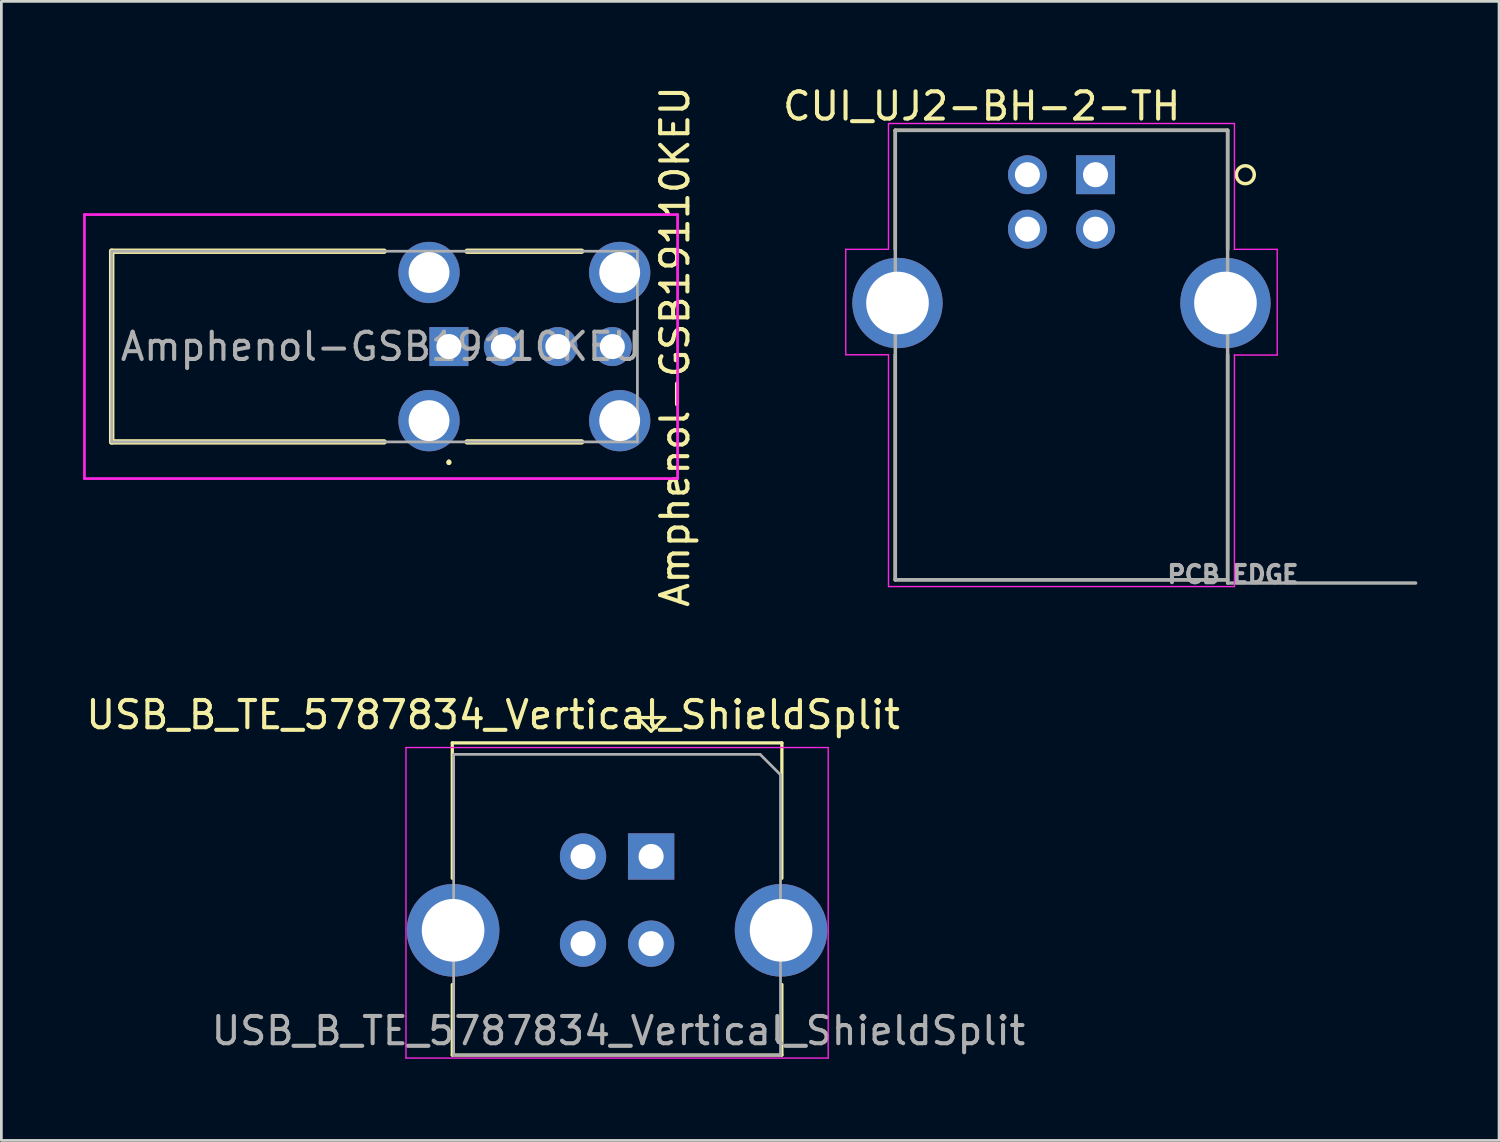
<source format=kicad_pcb>
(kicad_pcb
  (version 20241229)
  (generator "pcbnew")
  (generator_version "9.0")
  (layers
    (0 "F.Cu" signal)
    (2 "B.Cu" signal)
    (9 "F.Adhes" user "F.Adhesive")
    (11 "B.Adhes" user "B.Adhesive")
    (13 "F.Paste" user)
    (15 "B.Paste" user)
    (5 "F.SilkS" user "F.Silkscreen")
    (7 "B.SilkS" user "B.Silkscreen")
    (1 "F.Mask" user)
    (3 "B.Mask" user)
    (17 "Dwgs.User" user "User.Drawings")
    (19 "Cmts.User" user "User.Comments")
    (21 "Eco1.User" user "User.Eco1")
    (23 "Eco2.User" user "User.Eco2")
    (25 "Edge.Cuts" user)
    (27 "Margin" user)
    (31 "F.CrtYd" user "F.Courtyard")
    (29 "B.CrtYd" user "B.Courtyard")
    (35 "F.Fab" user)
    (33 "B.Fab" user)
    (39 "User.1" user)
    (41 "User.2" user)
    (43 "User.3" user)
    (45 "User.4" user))
  (footprint "USB_B_TE_5787834_Vertical_ShieldSplit"
    (layer "F.Cu")
    (at 20.854 28.393)
    (property "Reference" "USB_B_TE_5787834_Vertical_ShieldSplit" (at -5.8 -5.2 0) (layer "F.SilkS") (effects (font (size 1 1) (thickness 0.15))))
    (attr through_hole)
    (fp_line (start -7.3 -4.17) (end 4.8 -4.17) (stroke (width 0.12) (type solid)) (layer "F.SilkS"))
    (fp_line (start -7.3 0.8) (end -7.3 -4.17) (stroke (width 0.12) (type solid)) (layer "F.SilkS"))
    (fp_line (start -7.3 7.29) (end -7.3 4.7) (stroke (width 0.12) (type solid)) (layer "F.SilkS"))
    (fp_line (start -0.5 -5.1) (end 0 -4.6) (stroke (width 0.12) (type solid)) (layer "F.SilkS"))
    (fp_line (start 0 -4.6) (end 0.5 -5.1) (stroke (width 0.12) (type solid)) (layer "F.SilkS"))
    (fp_line (start 0.5 -5.1) (end -0.5 -5.1) (stroke (width 0.12) (type solid)) (layer "F.SilkS"))
    (fp_line (start 4.8 -4.17) (end 4.8 0.8) (stroke (width 0.12) (type solid)) (layer "F.SilkS"))
    (fp_line (start 4.8 4.7) (end 4.8 7.29) (stroke (width 0.12) (type solid)) (layer "F.SilkS"))
    (fp_line (start 4.8 7.29) (end -7.3 7.29) (stroke (width 0.12) (type solid)) (layer "F.SilkS"))
    (fp_line (start -9 -4) (end -9 7.4) (stroke (width 0.05) (type solid)) (layer "F.CrtYd"))
    (fp_line (start -9 -4) (end 6.5 -4) (stroke (width 0.05) (type solid)) (layer "F.CrtYd"))
    (fp_line (start 6.5 7.4) (end -9 7.4) (stroke (width 0.05) (type solid)) (layer "F.CrtYd"))
    (fp_line (start 6.5 7.4) (end 6.5 -4) (stroke (width 0.05) (type solid)) (layer "F.CrtYd"))
    (fp_line (start -7.25 -3.75) (end 4 -3.75) (stroke (width 0.1) (type solid)) (layer "F.Fab"))
    (fp_line (start -7.25 7.29) (end -7.25 -3.75) (stroke (width 0.1) (type solid)) (layer "F.Fab"))
    (fp_line (start 4 -3.75) (end 4.75 -3) (stroke (width 0.1) (type solid)) (layer "F.Fab"))
    (fp_line (start 4.75 -3) (end 4.75 7.29) (stroke (width 0.1) (type solid)) (layer "F.Fab"))
    (fp_line (start 4.75 7.29) (end -7.25 7.29) (stroke (width 0.1) (type solid)) (layer "F.Fab"))
    (fp_text user "${REFERENCE}" (at -1.2 6.4 0) (layer "F.Fab") (effects (font (size 1 1) (thickness 0.15))))
    (pad "1" thru_hole rect (at 0 0) (size 1.7 1.7) (drill 0.92) (layers "*.Cu" "*.Mask"))
    (pad "2" thru_hole circle (at -2.5 0) (size 1.7 1.7) (drill 0.92) (layers "*.Cu" "*.Mask"))
    (pad "3" thru_hole circle (at -2.5 3.2) (size 1.7 1.7) (drill 0.92) (layers "*.Cu" "*.Mask"))
    (pad "4" thru_hole circle (at 0 3.2) (size 1.7 1.7) (drill 0.92) (layers "*.Cu" "*.Mask"))
    (pad "5" thru_hole circle (at -7.27 2.71) (size 3.4 3.4) (drill 2.3) (layers "*.Cu" "*.Mask"))
    (pad "6" thru_hole circle (at 4.77 2.71) (size 3.4 3.4) (drill 2.3) (layers "*.Cu" "*.Mask")))
  (footprint "CUI_UJ2-BH-2-TH"
    (layer "F.Cu")
    (at 37.168 3.364)
    (property "Reference" "CUI_UJ2-BH-2-TH" (at -4.177 -2.516 0) (layer "F.SilkS") (effects (font (size 1 1) (thickness 0.15))))
    (attr through_hole)
    (fp_line (start -7.35 -1.63) (end 4.85 -1.63) (stroke (width 0.127) (type solid)) (layer "F.SilkS"))
    (fp_line (start -7.35 2.74) (end -7.35 -1.63) (stroke (width 0.127) (type solid)) (layer "F.SilkS"))
    (fp_line (start -7.35 6.61) (end -7.35 14.87) (stroke (width 0.127) (type solid)) (layer "F.SilkS"))
    (fp_line (start -7.35 14.87) (end 4.85 14.87) (stroke (width 0.127) (type solid)) (layer "F.SilkS"))
    (fp_line (start 4.85 -1.63) (end 4.85 2.74) (stroke (width 0.127) (type solid)) (layer "F.SilkS"))
    (fp_line (start 4.85 14.87) (end 4.85 6.61) (stroke (width 0.127) (type solid)) (layer "F.SilkS"))
    (fp_circle (center 5.5 0) (end 5.829 0) (stroke (width 0.127) (type solid)) (fill no) (layer "F.SilkS"))
    (fp_line (start -9.17 2.74) (end -7.6 2.74) (stroke (width 0.05) (type solid)) (layer "F.CrtYd"))
    (fp_line (start -9.17 6.61) (end -9.17 2.74) (stroke (width 0.05) (type solid)) (layer "F.CrtYd"))
    (fp_line (start -7.6 -1.88) (end 5.1 -1.88) (stroke (width 0.05) (type solid)) (layer "F.CrtYd"))
    (fp_line (start -7.6 2.74) (end -7.6 -1.88) (stroke (width 0.05) (type solid)) (layer "F.CrtYd"))
    (fp_line (start -7.6 6.61) (end -9.17 6.61) (stroke (width 0.05) (type solid)) (layer "F.CrtYd"))
    (fp_line (start -7.6 15.12) (end -7.6 6.61) (stroke (width 0.05) (type solid)) (layer "F.CrtYd"))
    (fp_line (start 5.1 -1.88) (end 5.1 2.74) (stroke (width 0.05) (type solid)) (layer "F.CrtYd"))
    (fp_line (start 5.1 2.74) (end 6.67 2.74) (stroke (width 0.05) (type solid)) (layer "F.CrtYd"))
    (fp_line (start 5.1 6.62) (end 5.1 15.12) (stroke (width 0.05) (type solid)) (layer "F.CrtYd"))
    (fp_line (start 5.1 15.12) (end -7.6 15.12) (stroke (width 0.05) (type solid)) (layer "F.CrtYd"))
    (fp_line (start 6.67 2.74) (end 6.67 6.62) (stroke (width 0.05) (type solid)) (layer "F.CrtYd"))
    (fp_line (start 6.67 6.62) (end 5.1 6.62) (stroke (width 0.05) (type solid)) (layer "F.CrtYd"))
    (fp_line (start -7.35 -1.63) (end 4.85 -1.63) (stroke (width 0.127) (type solid)) (layer "F.Fab"))
    (fp_line (start -7.35 14.87) (end -7.35 -1.63) (stroke (width 0.127) (type solid)) (layer "F.Fab"))
    (fp_line (start 4.85 -1.63) (end 4.85 14.87) (stroke (width 0.127) (type solid)) (layer "F.Fab"))
    (fp_line (start 4.85 14.87) (end -7.35 14.87) (stroke (width 0.127) (type solid)) (layer "F.Fab"))
    (fp_line (start 4.85 14.87) (end 4.85 14.99) (stroke (width 0.127) (type solid)) (layer "F.Fab"))
    (fp_line (start 4.85 14.99) (end 11.75 14.99) (stroke (width 0.127) (type solid)) (layer "F.Fab"))
    (fp_circle (center 0 0) (end 0.2 0) (stroke (width 0.4) (type solid)) (fill no) (layer "F.Fab"))
    (fp_text user "PCB EDGE" (at 5.045 14.675 0) (layer "F.Fab") (effects (font (size 0.631 0.631) (thickness 0.15))))
    (pad "1" thru_hole rect (at 0 0) (size 1.428 1.428) (drill 0.92) (layers "*.Cu" "*.Mask"))
    (pad "2" thru_hole circle (at -2.5 0) (size 1.428 1.428) (drill 0.92) (layers "*.Cu" "*.Mask"))
    (pad "3" thru_hole circle (at -2.5 2) (size 1.428 1.428) (drill 0.92) (layers "*.Cu" "*.Mask"))
    (pad "4" thru_hole circle (at 0 2) (size 1.428 1.428) (drill 0.92) (layers "*.Cu" "*.Mask"))
    (pad "5" thru_hole circle (at -7.27 4.71) (size 3.316 3.316) (drill 2.3) (layers "*.Cu" "*.Mask"))
    (pad "5" thru_hole circle (at 4.77 4.71) (size 3.316 3.316) (drill 2.3) (layers "*.Cu" "*.Mask")))
  (footprint "Amphenol-GSB19110KEU"
    (layer "F.Cu")
    (at 13.43 9.673)
    (property "Reference" "Amphenol-GSB19110KEU" (at 8.3 0 90) (layer "F.SilkS") (effects (font (size 1 1) (thickness 0.15))))
    (attr through_hole)
    (fp_line (start -12.38 -3.5) (end -12.38 3.5) (stroke (width 0.2) (type solid)) (layer "F.SilkS"))
    (fp_line (start -12.38 3.5) (end -2.38 3.5) (stroke (width 0.2) (type solid)) (layer "F.SilkS"))
    (fp_line (start -2.38 -3.5) (end -12.38 -3.5) (stroke (width 0.2) (type solid)) (layer "F.SilkS"))
    (fp_line (start 0 4.2) (end 0 4.2) (stroke (width 0.1) (type solid)) (layer "F.SilkS"))
    (fp_line (start 0 4.3) (end 0 4.3) (stroke (width 0.1) (type solid)) (layer "F.SilkS"))
    (fp_line (start 0.67 -3.5) (end 4.87 -3.5) (stroke (width 0.2) (type solid)) (layer "F.SilkS"))
    (fp_line (start 0.67 3.5) (end 4.87 3.5) (stroke (width 0.2) (type solid)) (layer "F.SilkS"))
    (fp_arc (start 0 4.2) (mid 0.05 4.25) (end 0 4.3) (stroke (width 0.1) (type solid)) (layer "F.SilkS"))
    (fp_arc (start 0 4.3) (mid -0.05 4.25) (end 0 4.2) (stroke (width 0.1) (type solid)) (layer "F.SilkS"))
    (fp_line (start -13.38 -4.845) (end 8.395 -4.845) (stroke (width 0.1) (type solid)) (layer "F.CrtYd"))
    (fp_line (start -13.38 4.845) (end -13.38 -4.845) (stroke (width 0.1) (type solid)) (layer "F.CrtYd"))
    (fp_line (start 8.395 -4.845) (end 8.395 4.845) (stroke (width 0.1) (type solid)) (layer "F.CrtYd"))
    (fp_line (start 8.395 4.845) (end -13.38 4.845) (stroke (width 0.1) (type solid)) (layer "F.CrtYd"))
    (fp_line (start -12.38 -3.5) (end 6.92 -3.5) (stroke (width 0.1) (type solid)) (layer "F.Fab"))
    (fp_line (start -12.38 3.5) (end -12.38 -3.5) (stroke (width 0.1) (type solid)) (layer "F.Fab"))
    (fp_line (start 6.92 -3.5) (end 6.92 3.5) (stroke (width 0.1) (type solid)) (layer "F.Fab"))
    (fp_line (start 6.92 3.5) (end -12.38 3.5) (stroke (width 0.1) (type solid)) (layer "F.Fab"))
    (fp_text user "${REFERENCE}" (at -2.492 0 0) (layer "F.Fab") (effects (font (size 1 1) (thickness 0.15))))
    (pad "1" thru_hole rect (at 0 0) (size 1.431 1.431) (drill 0.92) (layers "*.Cu" "*.Mask"))
    (pad "2" thru_hole circle (at 2 0) (size 1.431 1.431) (drill 0.92) (layers "*.Cu" "*.Mask"))
    (pad "3" thru_hole circle (at 4 0) (size 1.431 1.431) (drill 0.92) (layers "*.Cu" "*.Mask"))
    (pad "4" thru_hole circle (at 6 0) (size 1.431 1.431) (drill 0.92) (layers "*.Cu" "*.Mask"))
    (pad "5" thru_hole circle (at -0.73 -2.72) (size 2.25 2.25) (drill 1.5) (layers "*.Cu" "*.Mask"))
    (pad "5" thru_hole circle (at -0.73 2.72) (size 2.25 2.25) (drill 1.5) (layers "*.Cu" "*.Mask"))
    (pad "5" thru_hole circle (at 6.27 -2.72) (size 2.25 2.25) (drill 1.5) (layers "*.Cu" "*.Mask"))
    (pad "5" thru_hole circle (at 6.27 2.72) (size 2.25 2.25) (drill 1.5) (layers "*.Cu" "*.Mask")))
  (gr_rect
    (start -3 -3)
    (end 51.982 38.818)
    (stroke (width 0.1) (type default))
    (fill no)
    (layer "Edge.Cuts")))
</source>
